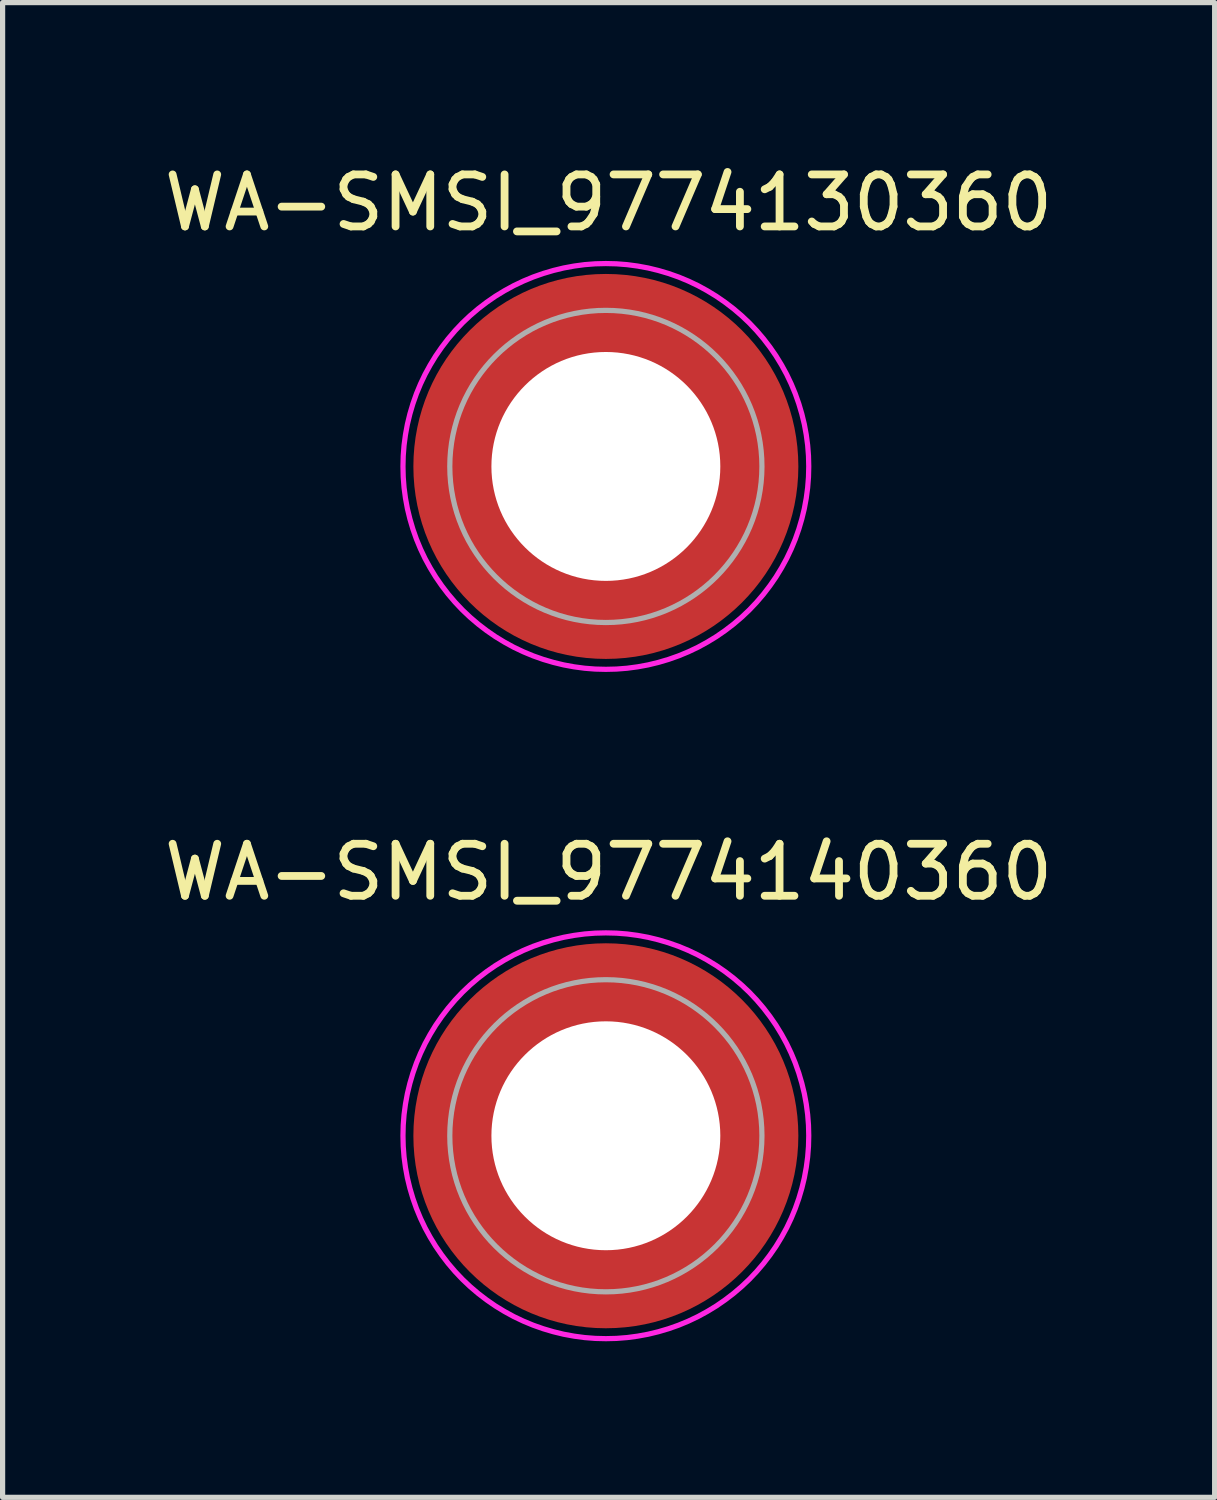
<source format=kicad_pcb>
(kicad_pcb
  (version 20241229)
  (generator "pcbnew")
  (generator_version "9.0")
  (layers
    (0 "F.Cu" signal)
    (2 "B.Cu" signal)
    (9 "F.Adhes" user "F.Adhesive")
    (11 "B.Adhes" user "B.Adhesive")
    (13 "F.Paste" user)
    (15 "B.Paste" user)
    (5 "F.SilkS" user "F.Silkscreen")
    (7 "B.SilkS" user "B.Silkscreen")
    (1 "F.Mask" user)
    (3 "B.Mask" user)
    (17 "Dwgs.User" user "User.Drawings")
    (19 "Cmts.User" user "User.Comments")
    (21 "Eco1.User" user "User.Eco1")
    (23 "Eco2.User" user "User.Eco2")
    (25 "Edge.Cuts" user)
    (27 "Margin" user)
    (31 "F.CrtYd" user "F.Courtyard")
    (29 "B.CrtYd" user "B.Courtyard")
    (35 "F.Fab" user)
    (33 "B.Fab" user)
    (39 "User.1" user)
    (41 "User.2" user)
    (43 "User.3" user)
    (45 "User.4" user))
  (footprint "WA-SMSI_9774130360"
    (layer "F.Cu")
    (at 8.596 5.916)
    (property "Reference" "WA-SMSI_9774130360" (at 0.053 -5.068 0) (layer "F.SilkS") (effects (font (size 1 1) (thickness 0.15))))
    (attr smd)
    (fp_poly (pts (xy -3.615 0.4) (xy -2.205 0.4) (xy -2.19 0.475) (xy -2.165 0.58) (xy -2.13 0.7) (xy -2.1 0.78) (xy -2.07 0.86) (xy -2.025 0.96) (xy -1.975 1.06) (xy -1.92 1.155) (xy -1.86 1.25) (xy -1.815 1.315) (xy -1.75 1.4) (xy -1.695 1.465) (xy -1.605 1.565) (xy -1.52 1.645) (xy -1.465 1.695) (xy -1.405 1.745) (xy -1.32 1.81) (xy -1.235 1.87) (xy -1.13 1.935) (xy -1.05 1.98) (xy -0.95 2.03) (xy -0.81 2.09) (xy -0.695 2.13) (xy -0.58 2.165) (xy -0.475 2.19) (xy -0.4 2.205) (xy -0.4 3.615) (xy -0.43 3.61) (xy -0.505 3.6) (xy -0.605 3.585) (xy -0.715 3.565) (xy -0.83 3.54) (xy -0.93 3.515) (xy -1.04 3.485) (xy -1.135 3.455) (xy -1.205 3.43) (xy -1.3 3.395) (xy -1.365 3.37) (xy -1.46 3.33) (xy -1.55 3.29) (xy -1.65 3.24) (xy -1.77 3.175) (xy -1.885 3.11) (xy -1.985 3.045) (xy -2.075 2.985) (xy -2.165 2.92) (xy -2.23 2.87) (xy -2.295 2.82) (xy -2.365 2.76) (xy -2.44 2.695) (xy -2.515 2.625) (xy -2.6 2.54) (xy -2.645 2.495) (xy -2.69 2.445) (xy -2.76 2.365) (xy -2.82 2.295) (xy -2.875 2.225) (xy -2.935 2.145) (xy -2.995 2.06) (xy -3.085 1.925) (xy -3.18 1.765) (xy -3.27 1.59) (xy -3.34 1.44) (xy -3.4 1.29) (xy -3.455 1.135) (xy -3.505 0.97) (xy -3.55 0.795) (xy -3.575 0.665) (xy -3.6 0.52)) (stroke (width 0.01) (type solid)) (fill yes) (layer "F.Paste"))
    (fp_poly (pts (xy -0.4 -3.615) (xy -0.4 -2.205) (xy -0.475 -2.19) (xy -0.58 -2.165) (xy -0.7 -2.13) (xy -0.78 -2.1) (xy -0.86 -2.07) (xy -0.96 -2.025) (xy -1.06 -1.975) (xy -1.155 -1.92) (xy -1.25 -1.86) (xy -1.315 -1.815) (xy -1.4 -1.75) (xy -1.465 -1.695) (xy -1.565 -1.605) (xy -1.645 -1.52) (xy -1.695 -1.465) (xy -1.745 -1.405) (xy -1.81 -1.32) (xy -1.87 -1.235) (xy -1.935 -1.13) (xy -1.98 -1.05) (xy -2.03 -0.95) (xy -2.09 -0.81) (xy -2.13 -0.695) (xy -2.165 -0.58) (xy -2.19 -0.475) (xy -2.205 -0.4) (xy -3.615 -0.4) (xy -3.61 -0.43) (xy -3.6 -0.505) (xy -3.585 -0.605) (xy -3.565 -0.715) (xy -3.54 -0.83) (xy -3.515 -0.93) (xy -3.485 -1.04) (xy -3.455 -1.135) (xy -3.43 -1.205) (xy -3.395 -1.3) (xy -3.37 -1.365) (xy -3.33 -1.46) (xy -3.29 -1.55) (xy -3.24 -1.65) (xy -3.175 -1.77) (xy -3.11 -1.885) (xy -3.045 -1.985) (xy -2.985 -2.075) (xy -2.92 -2.165) (xy -2.87 -2.23) (xy -2.82 -2.295) (xy -2.76 -2.365) (xy -2.695 -2.44) (xy -2.625 -2.515) (xy -2.54 -2.6) (xy -2.495 -2.645) (xy -2.445 -2.69) (xy -2.365 -2.76) (xy -2.295 -2.82) (xy -2.225 -2.875) (xy -2.145 -2.935) (xy -2.06 -2.995) (xy -1.925 -3.085) (xy -1.765 -3.18) (xy -1.59 -3.27) (xy -1.44 -3.34) (xy -1.29 -3.4) (xy -1.135 -3.455) (xy -0.97 -3.505) (xy -0.795 -3.55) (xy -0.665 -3.575) (xy -0.52 -3.6)) (stroke (width 0.01) (type solid)) (fill yes) (layer "F.Paste"))
    (fp_poly (pts (xy 0.4 3.615) (xy 0.4 2.205) (xy 0.475 2.19) (xy 0.58 2.165) (xy 0.7 2.13) (xy 0.78 2.1) (xy 0.86 2.07) (xy 0.96 2.025) (xy 1.06 1.975) (xy 1.155 1.92) (xy 1.25 1.86) (xy 1.315 1.815) (xy 1.4 1.75) (xy 1.465 1.695) (xy 1.565 1.605) (xy 1.645 1.52) (xy 1.695 1.465) (xy 1.745 1.405) (xy 1.81 1.32) (xy 1.87 1.235) (xy 1.935 1.13) (xy 1.98 1.05) (xy 2.03 0.95) (xy 2.09 0.81) (xy 2.13 0.695) (xy 2.165 0.58) (xy 2.19 0.475) (xy 2.205 0.4) (xy 3.615 0.4) (xy 3.61 0.43) (xy 3.6 0.505) (xy 3.585 0.605) (xy 3.565 0.715) (xy 3.54 0.83) (xy 3.515 0.93) (xy 3.485 1.04) (xy 3.455 1.135) (xy 3.43 1.205) (xy 3.395 1.3) (xy 3.37 1.365) (xy 3.33 1.46) (xy 3.29 1.55) (xy 3.24 1.65) (xy 3.175 1.77) (xy 3.11 1.885) (xy 3.045 1.985) (xy 2.985 2.075) (xy 2.92 2.165) (xy 2.87 2.23) (xy 2.82 2.295) (xy 2.76 2.365) (xy 2.695 2.44) (xy 2.625 2.515) (xy 2.54 2.6) (xy 2.495 2.645) (xy 2.445 2.69) (xy 2.365 2.76) (xy 2.295 2.82) (xy 2.225 2.875) (xy 2.145 2.935) (xy 2.06 2.995) (xy 1.925 3.085) (xy 1.765 3.18) (xy 1.59 3.27) (xy 1.44 3.34) (xy 1.29 3.4) (xy 1.135 3.455) (xy 0.97 3.505) (xy 0.795 3.55) (xy 0.665 3.575) (xy 0.52 3.6)) (stroke (width 0.01) (type solid)) (fill yes) (layer "F.Paste"))
    (fp_poly (pts (xy 3.615 -0.4) (xy 2.205 -0.4) (xy 2.19 -0.475) (xy 2.165 -0.58) (xy 2.13 -0.7) (xy 2.1 -0.78) (xy 2.07 -0.86) (xy 2.025 -0.96) (xy 1.975 -1.06) (xy 1.92 -1.155) (xy 1.86 -1.25) (xy 1.815 -1.315) (xy 1.75 -1.4) (xy 1.695 -1.465) (xy 1.605 -1.565) (xy 1.52 -1.645) (xy 1.465 -1.695) (xy 1.405 -1.745) (xy 1.32 -1.81) (xy 1.235 -1.87) (xy 1.13 -1.935) (xy 1.05 -1.98) (xy 0.95 -2.03) (xy 0.81 -2.09) (xy 0.695 -2.13) (xy 0.58 -2.165) (xy 0.475 -2.19) (xy 0.4 -2.205) (xy 0.4 -3.615) (xy 0.43 -3.61) (xy 0.505 -3.6) (xy 0.605 -3.585) (xy 0.715 -3.565) (xy 0.83 -3.54) (xy 0.93 -3.515) (xy 1.04 -3.485) (xy 1.135 -3.455) (xy 1.205 -3.43) (xy 1.3 -3.395) (xy 1.365 -3.37) (xy 1.46 -3.33) (xy 1.55 -3.29) (xy 1.65 -3.24) (xy 1.77 -3.175) (xy 1.885 -3.11) (xy 1.985 -3.045) (xy 2.075 -2.985) (xy 2.165 -2.92) (xy 2.23 -2.87) (xy 2.295 -2.82) (xy 2.365 -2.76) (xy 2.44 -2.695) (xy 2.515 -2.625) (xy 2.6 -2.54) (xy 2.645 -2.495) (xy 2.69 -2.445) (xy 2.76 -2.365) (xy 2.82 -2.295) (xy 2.875 -2.225) (xy 2.935 -2.145) (xy 2.995 -2.06) (xy 3.085 -1.925) (xy 3.18 -1.765) (xy 3.27 -1.59) (xy 3.34 -1.44) (xy 3.4 -1.29) (xy 3.455 -1.135) (xy 3.505 -0.97) (xy 3.55 -0.795) (xy 3.575 -0.665) (xy 3.6 -0.52)) (stroke (width 0.01) (type solid)) (fill yes) (layer "F.Paste"))
    (fp_poly (pts (xy 0 -3.9) (xy 0.204 -3.895) (xy 0.408 -3.879) (xy 0.61 -3.852) (xy 0.811 -3.815) (xy 1.009 -3.767) (xy 1.205 -3.709) (xy 1.398 -3.641) (xy 1.586 -3.563) (xy 1.771 -3.475) (xy 1.95 -3.377) (xy 2.124 -3.271) (xy 2.292 -3.155) (xy 2.454 -3.031) (xy 2.61 -2.898) (xy 2.758 -2.758) (xy 2.898 -2.61) (xy 3.031 -2.454) (xy 3.155 -2.292) (xy 3.271 -2.124) (xy 3.377 -1.95) (xy 3.475 -1.771) (xy 3.563 -1.586) (xy 3.641 -1.398) (xy 3.709 -1.205) (xy 3.767 -1.009) (xy 3.815 -0.811) (xy 3.852 -0.61) (xy 3.879 -0.408) (xy 3.895 -0.204) (xy 3.9 0) (xy 3.895 0.204) (xy 3.879 0.408) (xy 3.852 0.61) (xy 3.815 0.811) (xy 3.767 1.009) (xy 3.709 1.205) (xy 3.641 1.398) (xy 3.563 1.586) (xy 3.475 1.771) (xy 3.377 1.95) (xy 3.271 2.124) (xy 3.155 2.292) (xy 3.031 2.454) (xy 2.898 2.61) (xy 2.758 2.758) (xy 2.61 2.898) (xy 2.454 3.031) (xy 2.292 3.155) (xy 2.124 3.271) (xy 1.95 3.377) (xy 1.771 3.475) (xy 1.586 3.563) (xy 1.398 3.641) (xy 1.205 3.709) (xy 1.009 3.767) (xy 0.811 3.815) (xy 0.61 3.852) (xy 0.408 3.879) (xy 0.204 3.895) (xy 0 3.9) (xy -0.204 3.895) (xy -0.408 3.879) (xy -0.61 3.852) (xy -0.811 3.815) (xy -1.009 3.767) (xy -1.205 3.709) (xy -1.398 3.641) (xy -1.586 3.563) (xy -1.771 3.475) (xy -1.95 3.377) (xy -2.124 3.271) (xy -2.292 3.155) (xy -2.454 3.031) (xy -2.61 2.898) (xy -2.758 2.758) (xy -2.898 2.61) (xy -3.031 2.454) (xy -3.155 2.292) (xy -3.271 2.124) (xy -3.377 1.95) (xy -3.475 1.771) (xy -3.563 1.586) (xy -3.641 1.398) (xy -3.709 1.205) (xy -3.767 1.009) (xy -3.815 0.811) (xy -3.852 0.61) (xy -3.879 0.408) (xy -3.895 0.204) (xy -3.9 0) (xy -3.895 -0.204) (xy -3.879 -0.408) (xy -3.852 -0.61) (xy -3.815 -0.811) (xy -3.767 -1.009) (xy -3.709 -1.205) (xy -3.641 -1.398) (xy -3.563 -1.586) (xy -3.475 -1.771) (xy -3.377 -1.95) (xy -3.271 -2.124) (xy -3.155 -2.292) (xy -3.031 -2.454) (xy -2.898 -2.61) (xy -2.758 -2.758) (xy -2.61 -2.898) (xy -2.454 -3.031) (xy -2.292 -3.155) (xy -2.124 -3.271) (xy -1.95 -3.377) (xy -1.771 -3.475) (xy -1.586 -3.563) (xy -1.398 -3.641) (xy -1.205 -3.709) (xy -1.009 -3.767) (xy -0.811 -3.815) (xy -0.61 -3.852) (xy -0.408 -3.879) (xy -0.204 -3.895) (xy 0 -3.9)) (stroke (width 0.1) (type solid)) (fill no) (layer "F.CrtYd"))
    (fp_circle (center 0 0) (end 3 0) (stroke (width 0.1) (type solid)) (fill no) (layer "F.Fab"))
    (pad "" np_thru_hole circle (at 0 0) (size 4.4 4.4) (drill 4.4) (layers "*.Cu" "*.Mask"))
    (pad "1" smd circle (at 0 0) (size 7.4 7.4) (layers "F.Cu" "F.Mask")))
  (footprint "WA-SMSI_9774140360"
    (layer "F.Cu")
    (at 8.596 18.782)
    (property "Reference" "WA-SMSI_9774140360" (at 0.053 -5.068 0) (layer "F.SilkS") (effects (font (size 1 1) (thickness 0.15))))
    (attr smd)
    (fp_poly (pts (xy -3.615 0.4) (xy -2.205 0.4) (xy -2.19 0.475) (xy -2.165 0.58) (xy -2.13 0.7) (xy -2.1 0.78) (xy -2.07 0.86) (xy -2.025 0.96) (xy -1.975 1.06) (xy -1.92 1.155) (xy -1.86 1.25) (xy -1.815 1.315) (xy -1.75 1.4) (xy -1.695 1.465) (xy -1.605 1.565) (xy -1.52 1.645) (xy -1.465 1.695) (xy -1.405 1.745) (xy -1.32 1.81) (xy -1.235 1.87) (xy -1.13 1.935) (xy -1.05 1.98) (xy -0.95 2.03) (xy -0.81 2.09) (xy -0.695 2.13) (xy -0.58 2.165) (xy -0.475 2.19) (xy -0.4 2.205) (xy -0.4 3.615) (xy -0.43 3.61) (xy -0.505 3.6) (xy -0.605 3.585) (xy -0.715 3.565) (xy -0.83 3.54) (xy -0.93 3.515) (xy -1.04 3.485) (xy -1.135 3.455) (xy -1.205 3.43) (xy -1.3 3.395) (xy -1.365 3.37) (xy -1.46 3.33) (xy -1.55 3.29) (xy -1.65 3.24) (xy -1.77 3.175) (xy -1.885 3.11) (xy -1.985 3.045) (xy -2.075 2.985) (xy -2.165 2.92) (xy -2.23 2.87) (xy -2.295 2.82) (xy -2.365 2.76) (xy -2.44 2.695) (xy -2.515 2.625) (xy -2.6 2.54) (xy -2.645 2.495) (xy -2.69 2.445) (xy -2.76 2.365) (xy -2.82 2.295) (xy -2.875 2.225) (xy -2.935 2.145) (xy -2.995 2.06) (xy -3.085 1.925) (xy -3.18 1.765) (xy -3.27 1.59) (xy -3.34 1.44) (xy -3.4 1.29) (xy -3.455 1.135) (xy -3.505 0.97) (xy -3.55 0.795) (xy -3.575 0.665) (xy -3.6 0.52)) (stroke (width 0.01) (type solid)) (fill yes) (layer "F.Paste"))
    (fp_poly (pts (xy -0.4 -3.615) (xy -0.4 -2.205) (xy -0.475 -2.19) (xy -0.58 -2.165) (xy -0.7 -2.13) (xy -0.78 -2.1) (xy -0.86 -2.07) (xy -0.96 -2.025) (xy -1.06 -1.975) (xy -1.155 -1.92) (xy -1.25 -1.86) (xy -1.315 -1.815) (xy -1.4 -1.75) (xy -1.465 -1.695) (xy -1.565 -1.605) (xy -1.645 -1.52) (xy -1.695 -1.465) (xy -1.745 -1.405) (xy -1.81 -1.32) (xy -1.87 -1.235) (xy -1.935 -1.13) (xy -1.98 -1.05) (xy -2.03 -0.95) (xy -2.09 -0.81) (xy -2.13 -0.695) (xy -2.165 -0.58) (xy -2.19 -0.475) (xy -2.205 -0.4) (xy -3.615 -0.4) (xy -3.61 -0.43) (xy -3.6 -0.505) (xy -3.585 -0.605) (xy -3.565 -0.715) (xy -3.54 -0.83) (xy -3.515 -0.93) (xy -3.485 -1.04) (xy -3.455 -1.135) (xy -3.43 -1.205) (xy -3.395 -1.3) (xy -3.37 -1.365) (xy -3.33 -1.46) (xy -3.29 -1.55) (xy -3.24 -1.65) (xy -3.175 -1.77) (xy -3.11 -1.885) (xy -3.045 -1.985) (xy -2.985 -2.075) (xy -2.92 -2.165) (xy -2.87 -2.23) (xy -2.82 -2.295) (xy -2.76 -2.365) (xy -2.695 -2.44) (xy -2.625 -2.515) (xy -2.54 -2.6) (xy -2.495 -2.645) (xy -2.445 -2.69) (xy -2.365 -2.76) (xy -2.295 -2.82) (xy -2.225 -2.875) (xy -2.145 -2.935) (xy -2.06 -2.995) (xy -1.925 -3.085) (xy -1.765 -3.18) (xy -1.59 -3.27) (xy -1.44 -3.34) (xy -1.29 -3.4) (xy -1.135 -3.455) (xy -0.97 -3.505) (xy -0.795 -3.55) (xy -0.665 -3.575) (xy -0.52 -3.6)) (stroke (width 0.01) (type solid)) (fill yes) (layer "F.Paste"))
    (fp_poly (pts (xy 0.4 3.615) (xy 0.4 2.205) (xy 0.475 2.19) (xy 0.58 2.165) (xy 0.7 2.13) (xy 0.78 2.1) (xy 0.86 2.07) (xy 0.96 2.025) (xy 1.06 1.975) (xy 1.155 1.92) (xy 1.25 1.86) (xy 1.315 1.815) (xy 1.4 1.75) (xy 1.465 1.695) (xy 1.565 1.605) (xy 1.645 1.52) (xy 1.695 1.465) (xy 1.745 1.405) (xy 1.81 1.32) (xy 1.87 1.235) (xy 1.935 1.13) (xy 1.98 1.05) (xy 2.03 0.95) (xy 2.09 0.81) (xy 2.13 0.695) (xy 2.165 0.58) (xy 2.19 0.475) (xy 2.205 0.4) (xy 3.615 0.4) (xy 3.61 0.43) (xy 3.6 0.505) (xy 3.585 0.605) (xy 3.565 0.715) (xy 3.54 0.83) (xy 3.515 0.93) (xy 3.485 1.04) (xy 3.455 1.135) (xy 3.43 1.205) (xy 3.395 1.3) (xy 3.37 1.365) (xy 3.33 1.46) (xy 3.29 1.55) (xy 3.24 1.65) (xy 3.175 1.77) (xy 3.11 1.885) (xy 3.045 1.985) (xy 2.985 2.075) (xy 2.92 2.165) (xy 2.87 2.23) (xy 2.82 2.295) (xy 2.76 2.365) (xy 2.695 2.44) (xy 2.625 2.515) (xy 2.54 2.6) (xy 2.495 2.645) (xy 2.445 2.69) (xy 2.365 2.76) (xy 2.295 2.82) (xy 2.225 2.875) (xy 2.145 2.935) (xy 2.06 2.995) (xy 1.925 3.085) (xy 1.765 3.18) (xy 1.59 3.27) (xy 1.44 3.34) (xy 1.29 3.4) (xy 1.135 3.455) (xy 0.97 3.505) (xy 0.795 3.55) (xy 0.665 3.575) (xy 0.52 3.6)) (stroke (width 0.01) (type solid)) (fill yes) (layer "F.Paste"))
    (fp_poly (pts (xy 3.615 -0.4) (xy 2.205 -0.4) (xy 2.19 -0.475) (xy 2.165 -0.58) (xy 2.13 -0.7) (xy 2.1 -0.78) (xy 2.07 -0.86) (xy 2.025 -0.96) (xy 1.975 -1.06) (xy 1.92 -1.155) (xy 1.86 -1.25) (xy 1.815 -1.315) (xy 1.75 -1.4) (xy 1.695 -1.465) (xy 1.605 -1.565) (xy 1.52 -1.645) (xy 1.465 -1.695) (xy 1.405 -1.745) (xy 1.32 -1.81) (xy 1.235 -1.87) (xy 1.13 -1.935) (xy 1.05 -1.98) (xy 0.95 -2.03) (xy 0.81 -2.09) (xy 0.695 -2.13) (xy 0.58 -2.165) (xy 0.475 -2.19) (xy 0.4 -2.205) (xy 0.4 -3.615) (xy 0.43 -3.61) (xy 0.505 -3.6) (xy 0.605 -3.585) (xy 0.715 -3.565) (xy 0.83 -3.54) (xy 0.93 -3.515) (xy 1.04 -3.485) (xy 1.135 -3.455) (xy 1.205 -3.43) (xy 1.3 -3.395) (xy 1.365 -3.37) (xy 1.46 -3.33) (xy 1.55 -3.29) (xy 1.65 -3.24) (xy 1.77 -3.175) (xy 1.885 -3.11) (xy 1.985 -3.045) (xy 2.075 -2.985) (xy 2.165 -2.92) (xy 2.23 -2.87) (xy 2.295 -2.82) (xy 2.365 -2.76) (xy 2.44 -2.695) (xy 2.515 -2.625) (xy 2.6 -2.54) (xy 2.645 -2.495) (xy 2.69 -2.445) (xy 2.76 -2.365) (xy 2.82 -2.295) (xy 2.875 -2.225) (xy 2.935 -2.145) (xy 2.995 -2.06) (xy 3.085 -1.925) (xy 3.18 -1.765) (xy 3.27 -1.59) (xy 3.34 -1.44) (xy 3.4 -1.29) (xy 3.455 -1.135) (xy 3.505 -0.97) (xy 3.55 -0.795) (xy 3.575 -0.665) (xy 3.6 -0.52)) (stroke (width 0.01) (type solid)) (fill yes) (layer "F.Paste"))
    (fp_poly (pts (xy 0 -3.9) (xy 0.204 -3.895) (xy 0.408 -3.879) (xy 0.61 -3.852) (xy 0.811 -3.815) (xy 1.009 -3.767) (xy 1.205 -3.709) (xy 1.398 -3.641) (xy 1.586 -3.563) (xy 1.771 -3.475) (xy 1.95 -3.377) (xy 2.124 -3.271) (xy 2.292 -3.155) (xy 2.454 -3.031) (xy 2.61 -2.898) (xy 2.758 -2.758) (xy 2.898 -2.61) (xy 3.031 -2.454) (xy 3.155 -2.292) (xy 3.271 -2.124) (xy 3.377 -1.95) (xy 3.475 -1.771) (xy 3.563 -1.586) (xy 3.641 -1.398) (xy 3.709 -1.205) (xy 3.767 -1.009) (xy 3.815 -0.811) (xy 3.852 -0.61) (xy 3.879 -0.408) (xy 3.895 -0.204) (xy 3.9 0) (xy 3.895 0.204) (xy 3.879 0.408) (xy 3.852 0.61) (xy 3.815 0.811) (xy 3.767 1.009) (xy 3.709 1.205) (xy 3.641 1.398) (xy 3.563 1.586) (xy 3.475 1.771) (xy 3.377 1.95) (xy 3.271 2.124) (xy 3.155 2.292) (xy 3.031 2.454) (xy 2.898 2.61) (xy 2.758 2.758) (xy 2.61 2.898) (xy 2.454 3.031) (xy 2.292 3.155) (xy 2.124 3.271) (xy 1.95 3.377) (xy 1.771 3.475) (xy 1.586 3.563) (xy 1.398 3.641) (xy 1.205 3.709) (xy 1.009 3.767) (xy 0.811 3.815) (xy 0.61 3.852) (xy 0.408 3.879) (xy 0.204 3.895) (xy 0 3.9) (xy -0.204 3.895) (xy -0.408 3.879) (xy -0.61 3.852) (xy -0.811 3.815) (xy -1.009 3.767) (xy -1.205 3.709) (xy -1.398 3.641) (xy -1.586 3.563) (xy -1.771 3.475) (xy -1.95 3.377) (xy -2.124 3.271) (xy -2.292 3.155) (xy -2.454 3.031) (xy -2.61 2.898) (xy -2.758 2.758) (xy -2.898 2.61) (xy -3.031 2.454) (xy -3.155 2.292) (xy -3.271 2.124) (xy -3.377 1.95) (xy -3.475 1.771) (xy -3.563 1.586) (xy -3.641 1.398) (xy -3.709 1.205) (xy -3.767 1.009) (xy -3.815 0.811) (xy -3.852 0.61) (xy -3.879 0.408) (xy -3.895 0.204) (xy -3.9 0) (xy -3.895 -0.204) (xy -3.879 -0.408) (xy -3.852 -0.61) (xy -3.815 -0.811) (xy -3.767 -1.009) (xy -3.709 -1.205) (xy -3.641 -1.398) (xy -3.563 -1.586) (xy -3.475 -1.771) (xy -3.377 -1.95) (xy -3.271 -2.124) (xy -3.155 -2.292) (xy -3.031 -2.454) (xy -2.898 -2.61) (xy -2.758 -2.758) (xy -2.61 -2.898) (xy -2.454 -3.031) (xy -2.292 -3.155) (xy -2.124 -3.271) (xy -1.95 -3.377) (xy -1.771 -3.475) (xy -1.586 -3.563) (xy -1.398 -3.641) (xy -1.205 -3.709) (xy -1.009 -3.767) (xy -0.811 -3.815) (xy -0.61 -3.852) (xy -0.408 -3.879) (xy -0.204 -3.895) (xy 0 -3.9)) (stroke (width 0.1) (type solid)) (fill no) (layer "F.CrtYd"))
    (fp_circle (center 0 0) (end 3 0) (stroke (width 0.1) (type solid)) (fill no) (layer "F.Fab"))
    (pad "" np_thru_hole circle (at 0 0) (size 4.4 4.4) (drill 4.4) (layers "*.Cu" "*.Mask"))
    (pad "1" smd circle (at 0 0) (size 7.4 7.4) (layers "F.Cu" "F.Mask")))
  (gr_rect
    (start -3 -3)
    (end 20.298 25.732)
    (stroke (width 0.1) (type default))
    (fill no)
    (layer "Edge.Cuts")))
</source>
